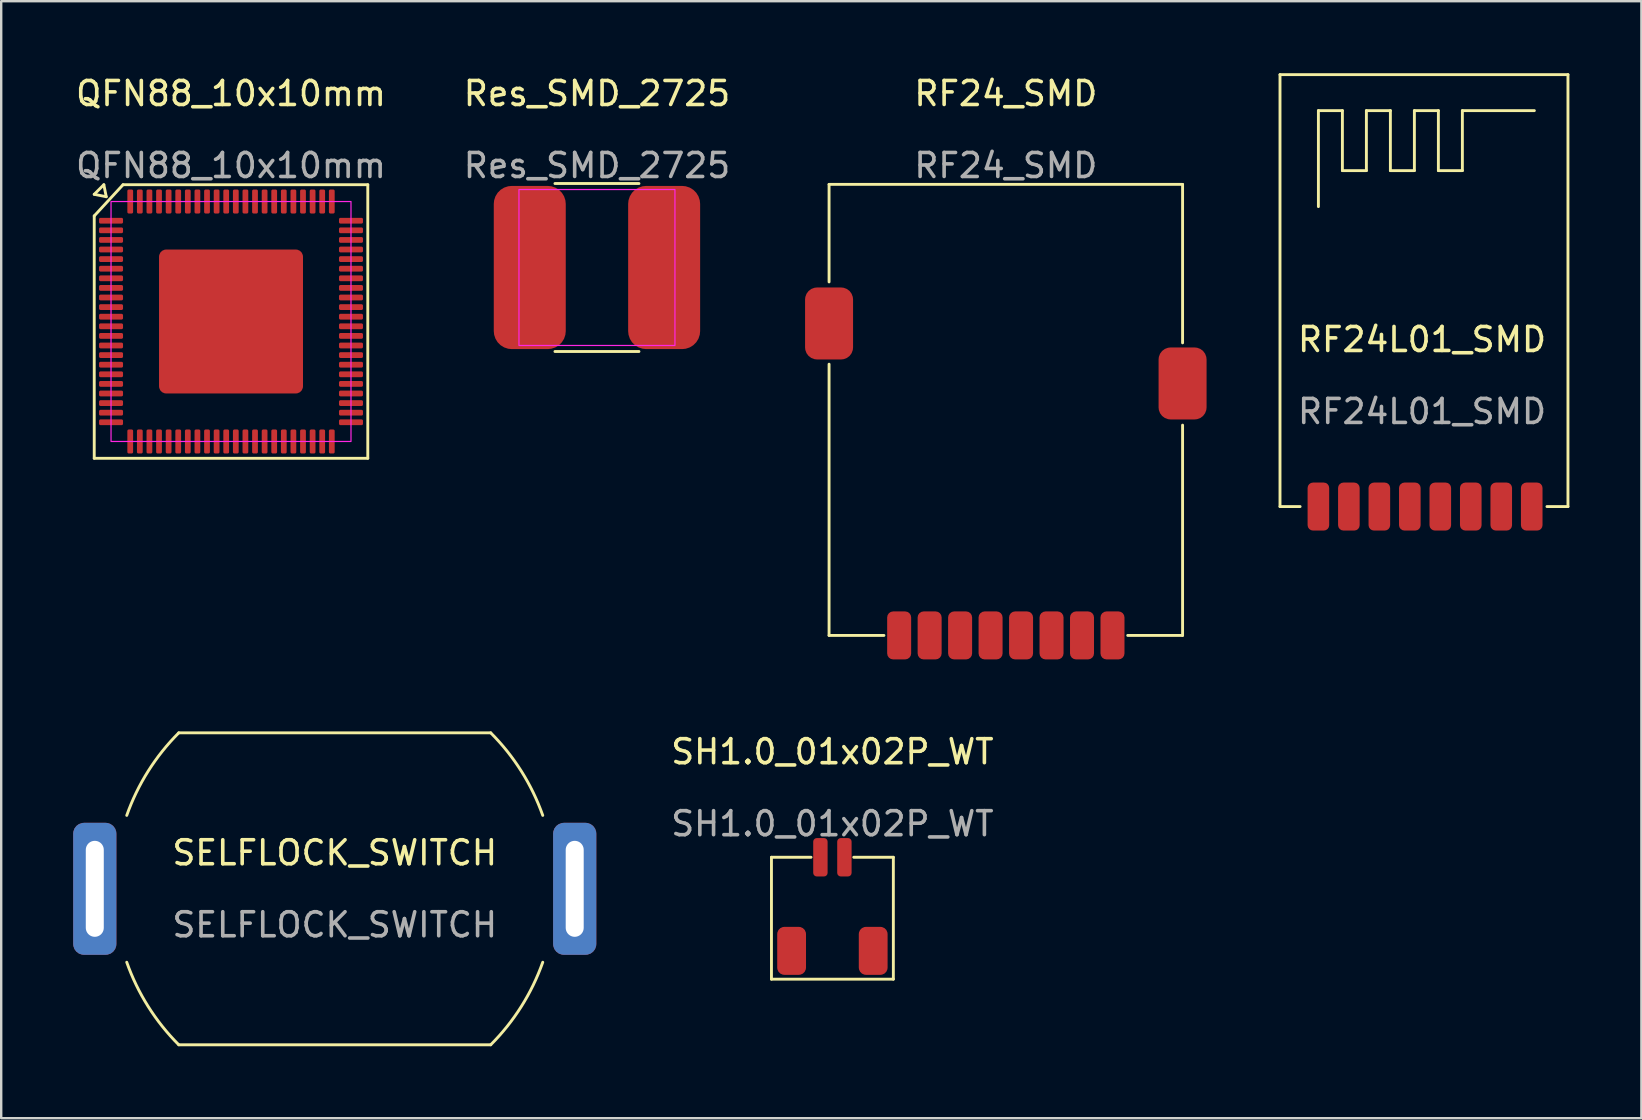
<source format=kicad_pcb>
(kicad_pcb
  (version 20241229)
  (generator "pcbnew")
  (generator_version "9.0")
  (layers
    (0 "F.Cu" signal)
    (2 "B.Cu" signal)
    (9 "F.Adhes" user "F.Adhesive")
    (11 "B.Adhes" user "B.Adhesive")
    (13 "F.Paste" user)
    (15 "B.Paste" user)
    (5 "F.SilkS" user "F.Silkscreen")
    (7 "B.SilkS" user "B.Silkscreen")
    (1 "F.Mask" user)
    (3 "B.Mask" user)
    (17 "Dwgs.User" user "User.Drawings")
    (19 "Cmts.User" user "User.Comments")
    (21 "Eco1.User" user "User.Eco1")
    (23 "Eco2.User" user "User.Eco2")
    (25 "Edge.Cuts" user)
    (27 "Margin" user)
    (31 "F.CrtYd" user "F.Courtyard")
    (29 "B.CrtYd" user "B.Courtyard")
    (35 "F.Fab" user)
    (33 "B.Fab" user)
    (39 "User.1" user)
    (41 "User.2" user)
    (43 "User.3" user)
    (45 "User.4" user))
  (footprint "SELFLOCK_SWITCH"
    (layer "F.Cu")
    (at 10.9 33.99)
    (property "Reference" "SELFLOCK_SWITCH" (at 0 -1.5 0) (unlocked yes) (layer "F.SilkS") (effects (font (size 1 1) (thickness 0.15))))
    (attr through_hole)
    (fp_line (start -6.5 -6.5) (end 6.5 -6.5) (stroke (width 0.12) (type solid)) (layer "F.SilkS"))
    (fp_line (start -6.5 6.5) (end 6.5 6.5) (stroke (width 0.12) (type solid)) (layer "F.SilkS"))
    (fp_arc (start -8.668333 -3.059412) (mid -7.776824 -4.901123) (end -6.5 -6.5) (stroke (width 0.12) (type solid)) (layer "F.SilkS"))
    (fp_arc (start -6.5 6.5) (mid -7.776824 4.901123) (end -8.668333 3.059412) (stroke (width 0.12) (type solid)) (layer "F.SilkS"))
    (fp_arc (start 6.5 -6.5) (mid 7.776824 -4.901123) (end 8.668333 -3.059412) (stroke (width 0.12) (type solid)) (layer "F.SilkS"))
    (fp_arc (start 8.668333 3.059412) (mid 7.776824 4.901123) (end 6.5 6.5) (stroke (width 0.12) (type solid)) (layer "F.SilkS"))
    (fp_text user "${REFERENCE}" (at 0 1.5 0) (unlocked yes) (layer "F.Fab") (effects (font (size 1 1) (thickness 0.15))))
    (pad "1" thru_hole roundrect (at -10 0) (size 1.8 5.5) (drill oval 0.75 4) (layers "*.Cu" "*.Mask") (roundrect_rratio 0.25))
    (pad "2" thru_hole roundrect (at 10 0) (size 1.8 5.5) (drill oval 0.75 4) (layers "*.Cu" "*.Mask") (roundrect_rratio 0.25)))
  (footprint "RF24_SMD"
    (layer "F.Cu")
    (at 38.866 23.43)
    (property "Reference" "RF24_SMD" (at 0 -22.582 0) (unlocked yes) (layer "F.SilkS") (effects (font (size 1 1) (thickness 0.15))))
    (attr smd)
    (fp_line (start -7.366 -18.796) (end -7.366 -14.732) (stroke (width 0.12) (type solid)) (layer "F.SilkS"))
    (fp_line (start -7.366 -18.796) (end 7.366 -18.796) (stroke (width 0.12) (type solid)) (layer "F.SilkS"))
    (fp_line (start -7.366 -11.303) (end -7.366 0) (stroke (width 0.12) (type solid)) (layer "F.SilkS"))
    (fp_line (start -7.366 0) (end -5.08 0) (stroke (width 0.12) (type solid)) (layer "F.SilkS"))
    (fp_line (start 7.366 -18.796) (end 7.366 -12.192) (stroke (width 0.12) (type solid)) (layer "F.SilkS"))
    (fp_line (start 7.366 0) (end 5.08 0) (stroke (width 0.12) (type solid)) (layer "F.SilkS"))
    (fp_line (start 7.366 0) (end 7.366 -8.763) (stroke (width 0.12) (type solid)) (layer "F.SilkS"))
    (fp_text user "${REFERENCE}" (at 0 -19.582 0) (unlocked yes) (layer "F.Fab") (effects (font (size 1 1) (thickness 0.15))))
    (pad "1" smd roundrect (at -4.445 0) (size 1 2) (layers "F.Cu" "F.Mask" "F.Paste") (roundrect_rratio 0.25))
    (pad "2" smd roundrect (at -3.175 0) (size 1 2) (layers "F.Cu" "F.Mask" "F.Paste") (roundrect_rratio 0.25))
    (pad "3" smd roundrect (at -1.905 0) (size 1 2) (layers "F.Cu" "F.Mask" "F.Paste") (roundrect_rratio 0.25))
    (pad "4" smd roundrect (at -0.635 0) (size 1 2) (layers "F.Cu" "F.Mask" "F.Paste") (roundrect_rratio 0.25))
    (pad "5" smd roundrect (at 0.635 0) (size 1 2) (layers "F.Cu" "F.Mask" "F.Paste") (roundrect_rratio 0.25))
    (pad "6" smd roundrect (at 1.905 0) (size 1 2) (layers "F.Cu" "F.Mask" "F.Paste") (roundrect_rratio 0.25))
    (pad "7" smd roundrect (at 3.175 0) (size 1 2) (layers "F.Cu" "F.Mask" "F.Paste") (roundrect_rratio 0.25))
    (pad "8" smd roundrect (at 4.445 0) (size 1 2) (layers "F.Cu" "F.Mask" "F.Paste") (roundrect_rratio 0.25))
    (pad "MP" smd roundrect (at -7.366 -13) (size 2 3) (layers "F.Cu" "F.Mask" "F.Paste") (roundrect_rratio 0.25))
    (pad "MP" smd roundrect (at 7.366 -10.5) (size 2 3) (layers "F.Cu" "F.Mask" "F.Paste") (roundrect_rratio 0.25)))
  (footprint "SH1.0_01x02P_WT"
    (layer "F.Cu")
    (at 31.639 32.675)
    (property "Reference" "SH1.0_01x02P_WT" (at 0 -4.397 0) (unlocked yes) (layer "F.SilkS") (effects (font (size 1 1) (thickness 0.15))))
    (attr smd)
    (fp_line (start -2.54 0) (end -2.54 5.08) (stroke (width 0.12) (type solid)) (layer "F.SilkS"))
    (fp_line (start -2.54 5.08) (end 2.54 5.08) (stroke (width 0.12) (type solid)) (layer "F.SilkS"))
    (fp_line (start -0.889 0) (end -2.54 0) (stroke (width 0.12) (type solid)) (layer "F.SilkS"))
    (fp_line (start 2.54 0) (end 0.889 0) (stroke (width 0.12) (type solid)) (layer "F.SilkS"))
    (fp_line (start 2.54 5.08) (end 2.54 0) (stroke (width 0.12) (type solid)) (layer "F.SilkS"))
    (fp_text user "${REFERENCE}" (at 0 -1.397 0) (unlocked yes) (layer "F.Fab") (effects (font (size 1 1) (thickness 0.15))))
    (pad "1" smd roundrect (at -0.5 0) (size 0.6 1.6) (layers "F.Cu" "F.Mask" "F.Paste") (roundrect_rratio 0.25))
    (pad "2" smd roundrect (at 0.5 0) (size 0.6 1.6) (layers "F.Cu" "F.Mask" "F.Paste") (roundrect_rratio 0.25))
    (pad "3" smd roundrect (at -1.7 3.9) (size 1.2 2) (layers "F.Cu" "F.Mask" "F.Paste") (roundrect_rratio 0.25))
    (pad "4" smd roundrect (at 1.7 3.9) (size 1.2 2) (layers "F.Cu" "F.Mask" "F.Paste") (roundrect_rratio 0.25)))
  (footprint "QFN88_10x10mm"
    (layer "F.Cu")
    (at 6.577 10.348)
    (property "Reference" "QFN88_10x10mm" (at 0 -9.5 0) (unlocked yes) (layer "F.SilkS") (effects (font (size 1 1) (thickness 0.15))))
    (attr smd)
    (fp_line (start -5.7 -5.3) (end -5.3 -5.7) (stroke (width 0.12) (type solid)) (layer "F.SilkS"))
    (fp_line (start -5.7 -4.4) (end -5.7 5.7) (stroke (width 0.12) (type solid)) (layer "F.SilkS"))
    (fp_line (start -5.7 5.7) (end 5.7 5.7) (stroke (width 0.12) (type solid)) (layer "F.SilkS"))
    (fp_line (start -5.3 -5.7) (end -5.2 -5.2) (stroke (width 0.12) (type solid)) (layer "F.SilkS"))
    (fp_line (start -5.2 -5.2) (end -5.7 -5.3) (stroke (width 0.12) (type solid)) (layer "F.SilkS"))
    (fp_line (start -4.5 -5.7) (end -5.7 -4.4) (stroke (width 0.12) (type solid)) (layer "F.SilkS"))
    (fp_line (start 5.7 -5.7) (end -4.5 -5.7) (stroke (width 0.12) (type solid)) (layer "F.SilkS"))
    (fp_line (start 5.7 5.7) (end 5.7 -5.7) (stroke (width 0.12) (type solid)) (layer "F.SilkS"))
    (fp_rect (start -5 -5) (end 5 5) (stroke (width 0.05) (type solid)) (fill no) (layer "F.CrtYd"))
    (fp_text user "${REFERENCE}" (at 0 -6.5 0) (unlocked yes) (layer "F.Fab") (effects (font (size 1 1) (thickness 0.15))))
    (pad "1" smd roundrect (at -5 -4.2) (size 1 0.24) (layers "F.Cu" "F.Mask" "F.Paste") (roundrect_rratio 0.25))
    (pad "2" smd roundrect (at -5 -3.8) (size 1 0.24) (layers "F.Cu" "F.Mask" "F.Paste") (roundrect_rratio 0.25))
    (pad "3" smd roundrect (at -5 -3.4) (size 1 0.24) (layers "F.Cu" "F.Mask" "F.Paste") (roundrect_rratio 0.25))
    (pad "4" smd roundrect (at -5 -3) (size 1 0.24) (layers "F.Cu" "F.Mask" "F.Paste") (roundrect_rratio 0.25))
    (pad "5" smd roundrect (at -5 -2.6) (size 1 0.24) (layers "F.Cu" "F.Mask" "F.Paste") (roundrect_rratio 0.25))
    (pad "6" smd roundrect (at -5 -2.2) (size 1 0.24) (layers "F.Cu" "F.Mask" "F.Paste") (roundrect_rratio 0.25))
    (pad "7" smd roundrect (at -5 -1.8) (size 1 0.24) (layers "F.Cu" "F.Mask" "F.Paste") (roundrect_rratio 0.25))
    (pad "8" smd roundrect (at -5 -1.4) (size 1 0.24) (layers "F.Cu" "F.Mask" "F.Paste") (roundrect_rratio 0.25))
    (pad "9" smd roundrect (at -5 -1) (size 1 0.24) (layers "F.Cu" "F.Mask" "F.Paste") (roundrect_rratio 0.25))
    (pad "10" smd roundrect (at -5 -0.6) (size 1 0.24) (layers "F.Cu" "F.Mask" "F.Paste") (roundrect_rratio 0.25))
    (pad "11" smd roundrect (at -5 -0.2) (size 1 0.24) (layers "F.Cu" "F.Mask" "F.Paste") (roundrect_rratio 0.25))
    (pad "12" smd roundrect (at -5 0.2) (size 1 0.24) (layers "F.Cu" "F.Mask" "F.Paste") (roundrect_rratio 0.25))
    (pad "13" smd roundrect (at -5 0.6) (size 1 0.24) (layers "F.Cu" "F.Mask" "F.Paste") (roundrect_rratio 0.25))
    (pad "14" smd roundrect (at -5 1) (size 1 0.24) (layers "F.Cu" "F.Mask" "F.Paste") (roundrect_rratio 0.25))
    (pad "15" smd roundrect (at -5 1.4) (size 1 0.24) (layers "F.Cu" "F.Mask" "F.Paste") (roundrect_rratio 0.25))
    (pad "16" smd roundrect (at -5 1.8) (size 1 0.24) (layers "F.Cu" "F.Mask" "F.Paste") (roundrect_rratio 0.25))
    (pad "17" smd roundrect (at -5 2.2) (size 1 0.24) (layers "F.Cu" "F.Mask" "F.Paste") (roundrect_rratio 0.25))
    (pad "18" smd roundrect (at -5 2.6) (size 1 0.24) (layers "F.Cu" "F.Mask" "F.Paste") (roundrect_rratio 0.25))
    (pad "19" smd roundrect (at -5 3) (size 1 0.24) (layers "F.Cu" "F.Mask" "F.Paste") (roundrect_rratio 0.25))
    (pad "20" smd roundrect (at -5 3.4) (size 1 0.24) (layers "F.Cu" "F.Mask" "F.Paste") (roundrect_rratio 0.25))
    (pad "21" smd roundrect (at -5 3.8) (size 1 0.24) (layers "F.Cu" "F.Mask" "F.Paste") (roundrect_rratio 0.25))
    (pad "22" smd roundrect (at -5 4.2) (size 1 0.24) (layers "F.Cu" "F.Mask" "F.Paste") (roundrect_rratio 0.25))
    (pad "23" smd roundrect (at -4.2 5 90) (size 1 0.24) (layers "F.Cu" "F.Mask" "F.Paste") (roundrect_rratio 0.25))
    (pad "24" smd roundrect (at -3.8 5 90) (size 1 0.24) (layers "F.Cu" "F.Mask" "F.Paste") (roundrect_rratio 0.25))
    (pad "25" smd roundrect (at -3.4 5 90) (size 1 0.24) (layers "F.Cu" "F.Mask" "F.Paste") (roundrect_rratio 0.25))
    (pad "26" smd roundrect (at -3 5 90) (size 1 0.24) (layers "F.Cu" "F.Mask" "F.Paste") (roundrect_rratio 0.25))
    (pad "27" smd roundrect (at -2.6 5 90) (size 1 0.24) (layers "F.Cu" "F.Mask" "F.Paste") (roundrect_rratio 0.25))
    (pad "28" smd roundrect (at -2.2 5 90) (size 1 0.24) (layers "F.Cu" "F.Mask" "F.Paste") (roundrect_rratio 0.25))
    (pad "29" smd roundrect (at -1.8 5 90) (size 1 0.24) (layers "F.Cu" "F.Mask" "F.Paste") (roundrect_rratio 0.25))
    (pad "30" smd roundrect (at -1.4 5 90) (size 1 0.24) (layers "F.Cu" "F.Mask" "F.Paste") (roundrect_rratio 0.25))
    (pad "31" smd roundrect (at -1 5 90) (size 1 0.24) (layers "F.Cu" "F.Mask" "F.Paste") (roundrect_rratio 0.25))
    (pad "32" smd roundrect (at -0.6 5 90) (size 1 0.24) (layers "F.Cu" "F.Mask" "F.Paste") (roundrect_rratio 0.25))
    (pad "33" smd roundrect (at -0.2 5 90) (size 1 0.24) (layers "F.Cu" "F.Mask" "F.Paste") (roundrect_rratio 0.25))
    (pad "34" smd roundrect (at 0.2 5 90) (size 1 0.24) (layers "F.Cu" "F.Mask" "F.Paste") (roundrect_rratio 0.25))
    (pad "35" smd roundrect (at 0.6 5 90) (size 1 0.24) (layers "F.Cu" "F.Mask" "F.Paste") (roundrect_rratio 0.25))
    (pad "36" smd roundrect (at 1 5 90) (size 1 0.24) (layers "F.Cu" "F.Mask" "F.Paste") (roundrect_rratio 0.25))
    (pad "37" smd roundrect (at 1.4 5 90) (size 1 0.24) (layers "F.Cu" "F.Mask" "F.Paste") (roundrect_rratio 0.25))
    (pad "38" smd roundrect (at 1.8 5 90) (size 1 0.24) (layers "F.Cu" "F.Mask" "F.Paste") (roundrect_rratio 0.25))
    (pad "39" smd roundrect (at 2.2 5 90) (size 1 0.24) (layers "F.Cu" "F.Mask" "F.Paste") (roundrect_rratio 0.25))
    (pad "40" smd roundrect (at 2.6 5 90) (size 1 0.24) (layers "F.Cu" "F.Mask" "F.Paste") (roundrect_rratio 0.25))
    (pad "41" smd roundrect (at 3 5 90) (size 1 0.24) (layers "F.Cu" "F.Mask" "F.Paste") (roundrect_rratio 0.25))
    (pad "42" smd roundrect (at 3.4 5 90) (size 1 0.24) (layers "F.Cu" "F.Mask" "F.Paste") (roundrect_rratio 0.25))
    (pad "43" smd roundrect (at 3.8 5 90) (size 1 0.24) (layers "F.Cu" "F.Mask" "F.Paste") (roundrect_rratio 0.25))
    (pad "44" smd roundrect (at 4.2 5 90) (size 1 0.24) (layers "F.Cu" "F.Mask" "F.Paste") (roundrect_rratio 0.25))
    (pad "45" smd roundrect (at 5 4.2) (size 1 0.24) (layers "F.Cu" "F.Mask" "F.Paste") (roundrect_rratio 0.25))
    (pad "46" smd roundrect (at 5 3.8) (size 1 0.24) (layers "F.Cu" "F.Mask" "F.Paste") (roundrect_rratio 0.25))
    (pad "47" smd roundrect (at 5 3.4) (size 1 0.24) (layers "F.Cu" "F.Mask" "F.Paste") (roundrect_rratio 0.25))
    (pad "48" smd roundrect (at 5 3) (size 1 0.24) (layers "F.Cu" "F.Mask" "F.Paste") (roundrect_rratio 0.25))
    (pad "49" smd roundrect (at 5 2.6) (size 1 0.24) (layers "F.Cu" "F.Mask" "F.Paste") (roundrect_rratio 0.25))
    (pad "50" smd roundrect (at 5 2.2) (size 1 0.24) (layers "F.Cu" "F.Mask" "F.Paste") (roundrect_rratio 0.25))
    (pad "51" smd roundrect (at 5 1.8) (size 1 0.24) (layers "F.Cu" "F.Mask" "F.Paste") (roundrect_rratio 0.25))
    (pad "52" smd roundrect (at 5 1.4) (size 1 0.24) (layers "F.Cu" "F.Mask" "F.Paste") (roundrect_rratio 0.25))
    (pad "53" smd roundrect (at 5 1) (size 1 0.24) (layers "F.Cu" "F.Mask" "F.Paste") (roundrect_rratio 0.25))
    (pad "54" smd roundrect (at 5 0.6) (size 1 0.24) (layers "F.Cu" "F.Mask" "F.Paste") (roundrect_rratio 0.25))
    (pad "55" smd roundrect (at 5 0.2) (size 1 0.24) (layers "F.Cu" "F.Mask" "F.Paste") (roundrect_rratio 0.25))
    (pad "56" smd roundrect (at 5 -0.2) (size 1 0.24) (layers "F.Cu" "F.Mask" "F.Paste") (roundrect_rratio 0.25))
    (pad "57" smd roundrect (at 5 -0.6) (size 1 0.24) (layers "F.Cu" "F.Mask" "F.Paste") (roundrect_rratio 0.25))
    (pad "58" smd roundrect (at 5 -1) (size 1 0.24) (layers "F.Cu" "F.Mask" "F.Paste") (roundrect_rratio 0.25))
    (pad "59" smd roundrect (at 5 -1.4) (size 1 0.24) (layers "F.Cu" "F.Mask" "F.Paste") (roundrect_rratio 0.25))
    (pad "60" smd roundrect (at 5 -1.8) (size 1 0.24) (layers "F.Cu" "F.Mask" "F.Paste") (roundrect_rratio 0.25))
    (pad "61" smd roundrect (at 5 -2.2) (size 1 0.24) (layers "F.Cu" "F.Mask" "F.Paste") (roundrect_rratio 0.25))
    (pad "62" smd roundrect (at 5 -2.6) (size 1 0.24) (layers "F.Cu" "F.Mask" "F.Paste") (roundrect_rratio 0.25))
    (pad "63" smd roundrect (at 5 -3) (size 1 0.24) (layers "F.Cu" "F.Mask" "F.Paste") (roundrect_rratio 0.25))
    (pad "64" smd roundrect (at 5 -3.4) (size 1 0.24) (layers "F.Cu" "F.Mask" "F.Paste") (roundrect_rratio 0.25))
    (pad "65" smd roundrect (at 5 -3.8) (size 1 0.24) (layers "F.Cu" "F.Mask" "F.Paste") (roundrect_rratio 0.25))
    (pad "66" smd roundrect (at 5 -4.2) (size 1 0.24) (layers "F.Cu" "F.Mask" "F.Paste") (roundrect_rratio 0.25))
    (pad "67" smd roundrect (at 4.2 -5 90) (size 1 0.24) (layers "F.Cu" "F.Mask" "F.Paste") (roundrect_rratio 0.25))
    (pad "68" smd roundrect (at 3.8 -5 90) (size 1 0.24) (layers "F.Cu" "F.Mask" "F.Paste") (roundrect_rratio 0.25))
    (pad "69" smd roundrect (at 3.4 -5 90) (size 1 0.24) (layers "F.Cu" "F.Mask" "F.Paste") (roundrect_rratio 0.25))
    (pad "70" smd roundrect (at 3 -5 90) (size 1 0.24) (layers "F.Cu" "F.Mask" "F.Paste") (roundrect_rratio 0.25))
    (pad "71" smd roundrect (at 2.6 -5 90) (size 1 0.24) (layers "F.Cu" "F.Mask" "F.Paste") (roundrect_rratio 0.25))
    (pad "72" smd roundrect (at 2.2 -5 90) (size 1 0.24) (layers "F.Cu" "F.Mask" "F.Paste") (roundrect_rratio 0.25))
    (pad "73" smd roundrect (at 1.8 -5 90) (size 1 0.24) (layers "F.Cu" "F.Mask" "F.Paste") (roundrect_rratio 0.25))
    (pad "74" smd roundrect (at 1.4 -5 90) (size 1 0.24) (layers "F.Cu" "F.Mask" "F.Paste") (roundrect_rratio 0.25))
    (pad "75" smd roundrect (at 1 -5 90) (size 1 0.24) (layers "F.Cu" "F.Mask" "F.Paste") (roundrect_rratio 0.25))
    (pad "76" smd roundrect (at 0.6 -5 90) (size 1 0.24) (layers "F.Cu" "F.Mask" "F.Paste") (roundrect_rratio 0.25))
    (pad "77" smd roundrect (at 0.2 -5 90) (size 1 0.24) (layers "F.Cu" "F.Mask" "F.Paste") (roundrect_rratio 0.25))
    (pad "78" smd roundrect (at -0.2 -5 90) (size 1 0.24) (layers "F.Cu" "F.Mask" "F.Paste") (roundrect_rratio 0.25))
    (pad "79" smd roundrect (at -0.6 -5 90) (size 1 0.24) (layers "F.Cu" "F.Mask" "F.Paste") (roundrect_rratio 0.25))
    (pad "80" smd roundrect (at -1 -5 90) (size 1 0.24) (layers "F.Cu" "F.Mask" "F.Paste") (roundrect_rratio 0.25))
    (pad "81" smd roundrect (at -1.4 -5 90) (size 1 0.24) (layers "F.Cu" "F.Mask" "F.Paste") (roundrect_rratio 0.25))
    (pad "82" smd roundrect (at -1.8 -5 90) (size 1 0.24) (layers "F.Cu" "F.Mask" "F.Paste") (roundrect_rratio 0.25))
    (pad "83" smd roundrect (at -2.2 -5 90) (size 1 0.24) (layers "F.Cu" "F.Mask" "F.Paste") (roundrect_rratio 0.25))
    (pad "84" smd roundrect (at -2.6 -5 90) (size 1 0.24) (layers "F.Cu" "F.Mask" "F.Paste") (roundrect_rratio 0.25))
    (pad "85" smd roundrect (at -3 -5 90) (size 1 0.24) (layers "F.Cu" "F.Mask" "F.Paste") (roundrect_rratio 0.25))
    (pad "86" smd roundrect (at -3.4 -5 90) (size 1 0.24) (layers "F.Cu" "F.Mask" "F.Paste") (roundrect_rratio 0.25))
    (pad "87" smd roundrect (at -3.8 -5 90) (size 1 0.24) (layers "F.Cu" "F.Mask" "F.Paste") (roundrect_rratio 0.25))
    (pad "88" smd roundrect (at -4.2 -5 90) (size 1 0.24) (layers "F.Cu" "F.Mask" "F.Paste") (roundrect_rratio 0.25))
    (pad "89" smd roundrect (at 0 0) (size 6 6) (layers "F.Cu" "F.Mask" "F.Paste") (roundrect_rratio 0.05)))
  (footprint "Res_SMD_2725"
    (layer "F.Cu")
    (at 21.827 8.098)
    (property "Reference" "Res_SMD_2725" (at 0 -7.25 0) (unlocked yes) (layer "F.SilkS") (effects (font (size 1 1) (thickness 0.15))))
    (attr smd)
    (fp_line (start -1.75 -3.5) (end 1.75 -3.5) (stroke (width 0.12) (type default)) (layer "F.SilkS"))
    (fp_line (start -1.75 3.5) (end 1.75 3.5) (stroke (width 0.12) (type default)) (layer "F.SilkS"))
    (fp_rect (start -3.25 -3.25) (end 3.25 3.25) (stroke (width 0.05) (type default)) (fill no) (layer "F.CrtYd"))
    (fp_text user "${REFERENCE}" (at 0 -4.25 0) (unlocked yes) (layer "F.Fab") (effects (font (size 1 1) (thickness 0.15))))
    (pad "1" smd roundrect (at -2.8 0) (size 3 6.8) (layers "F.Cu" "F.Mask" "F.Paste") (roundrect_rratio 0.25))
    (pad "2" smd roundrect (at 2.8 0) (size 3 6.8) (layers "F.Cu" "F.Mask" "F.Paste") (roundrect_rratio 0.25)))
  (footprint "RF24L01_SMD"
    (layer "F.Cu")
    (at 51.892 18.06)
    (property "Reference" "RF24L01_SMD" (at 4.318 -6.961 0) (unlocked yes) (layer "F.SilkS") (effects (font (size 1 1) (thickness 0.15))))
    (attr smd)
    (fp_line (start -1.6 -18) (end 10.4 -18) (stroke (width 0.12) (type default)) (layer "F.SilkS"))
    (fp_line (start -1.6 0) (end -1.6 -18) (stroke (width 0.12) (type default)) (layer "F.SilkS"))
    (fp_line (start -1.6 0) (end -0.762 0) (stroke (width 0.12) (type default)) (layer "F.SilkS"))
    (fp_line (start 0 -16.5) (end 1 -16.5) (stroke (width 0.12) (type default)) (layer "F.SilkS"))
    (fp_line (start 0 -12.5) (end 0 -16.5) (stroke (width 0.12) (type default)) (layer "F.SilkS"))
    (fp_line (start 1 -16.5) (end 1 -14) (stroke (width 0.12) (type default)) (layer "F.SilkS"))
    (fp_line (start 1 -14) (end 2 -14) (stroke (width 0.12) (type default)) (layer "F.SilkS"))
    (fp_line (start 2 -16.5) (end 3 -16.5) (stroke (width 0.12) (type default)) (layer "F.SilkS"))
    (fp_line (start 2 -14) (end 2 -16.5) (stroke (width 0.12) (type default)) (layer "F.SilkS"))
    (fp_line (start 3 -16.5) (end 3 -14) (stroke (width 0.12) (type default)) (layer "F.SilkS"))
    (fp_line (start 3 -14) (end 4 -14) (stroke (width 0.12) (type default)) (layer "F.SilkS"))
    (fp_line (start 4 -16.5) (end 5 -16.5) (stroke (width 0.12) (type default)) (layer "F.SilkS"))
    (fp_line (start 4 -14) (end 4 -16.5) (stroke (width 0.12) (type default)) (layer "F.SilkS"))
    (fp_line (start 5 -16.5) (end 5 -14) (stroke (width 0.12) (type default)) (layer "F.SilkS"))
    (fp_line (start 5 -14) (end 6 -14) (stroke (width 0.12) (type default)) (layer "F.SilkS"))
    (fp_line (start 6 -16.5) (end 9 -16.5) (stroke (width 0.12) (type default)) (layer "F.SilkS"))
    (fp_line (start 6 -14) (end 6 -16.5) (stroke (width 0.12) (type default)) (layer "F.SilkS"))
    (fp_line (start 10.4 -18) (end 10.4 0) (stroke (width 0.12) (type default)) (layer "F.SilkS"))
    (fp_line (start 10.4 0) (end 9.525 0) (stroke (width 0.12) (type default)) (layer "F.SilkS"))
    (fp_text user "${REFERENCE}" (at 4.318 -3.961 0) (unlocked yes) (layer "F.Fab") (effects (font (size 1 1) (thickness 0.15))))
    (pad "1" smd roundrect (at 0 0) (size 0.9 2) (layers "F.Cu" "F.Mask" "F.Paste") (roundrect_rratio 0.25))
    (pad "2" smd roundrect (at 1.27 0) (size 0.9 2) (layers "F.Cu" "F.Mask" "F.Paste") (roundrect_rratio 0.25))
    (pad "3" smd roundrect (at 2.54 0) (size 0.9 2) (layers "F.Cu" "F.Mask" "F.Paste") (roundrect_rratio 0.25))
    (pad "4" smd roundrect (at 3.81 0) (size 0.9 2) (layers "F.Cu" "F.Mask" "F.Paste") (roundrect_rratio 0.25))
    (pad "5" smd roundrect (at 5.08 0) (size 0.9 2) (layers "F.Cu" "F.Mask" "F.Paste") (roundrect_rratio 0.25))
    (pad "6" smd roundrect (at 6.35 0) (size 0.9 2) (layers "F.Cu" "F.Mask" "F.Paste") (roundrect_rratio 0.25))
    (pad "7" smd roundrect (at 7.62 0) (size 0.9 2) (layers "F.Cu" "F.Mask" "F.Paste") (roundrect_rratio 0.25))
    (pad "8" smd roundrect (at 8.89 0) (size 0.9 2) (layers "F.Cu" "F.Mask" "F.Paste") (roundrect_rratio 0.25)))
  (gr_rect
    (start -3 -3)
    (end 65.352 43.55)
    (stroke (width 0.1) (type default))
    (fill no)
    (layer "Edge.Cuts")))
</source>
